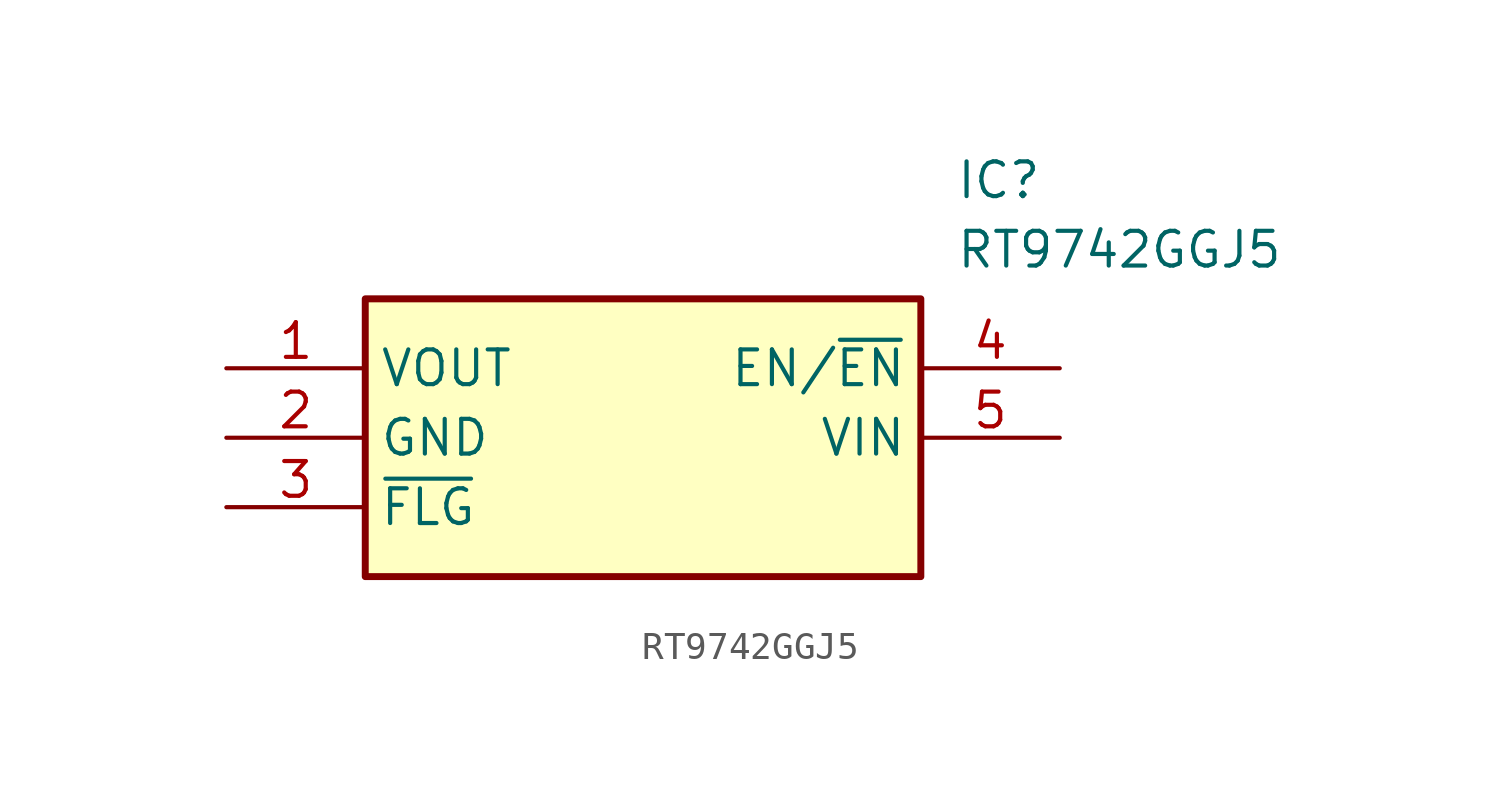
<source format=kicad_sym>
(kicad_symbol_lib
  (version 20211014)
  (generator SamacSys_ECAD_Model)
  (symbol "RT9742GGJ5"
    (property "Reference" "IC"
      (at 26.67 7.62 0)
      (effects (font (size 1.27 1.27)) (justify left top)))
    (property "Value" "RT9742GGJ5"
      (at 26.67 5.08 0)
      (effects (font (size 1.27 1.27)) (justify left top)))
    (rectangle
      (start 5.08 2.54)
      (end 25.4 -7.62)
      (stroke (width 0.254) (type default))
      (fill (type background)))
    (pin passive line
      (at 0 0 0)
      (length 5.08)
      (name "VOUT" (effects (font (size 1.27 1.27))))
      (number "1" (effects (font (size 1.27 1.27)))))
    (pin passive line
      (at 0 -2.54 0)
      (length 5.08)
      (name "GND" (effects (font (size 1.27 1.27))))
      (number "2" (effects (font (size 1.27 1.27)))))
    (pin passive line
      (at 0 -5.08 0)
      (length 5.08)
      (name "~{FLG}" (effects (font (size 1.27 1.27))))
      (number "3" (effects (font (size 1.27 1.27)))))
    (pin passive line
      (at 30.48 0 180)
      (length 5.08)
      (name "EN/~{EN}" (effects (font (size 1.27 1.27))))
      (number "4" (effects (font (size 1.27 1.27)))))
    (pin passive line
      (at 30.48 -2.54 180)
      (length 5.08)
      (name "VIN" (effects (font (size 1.27 1.27))))
      (number "5" (effects (font (size 1.27 1.27)))))))
</source>
